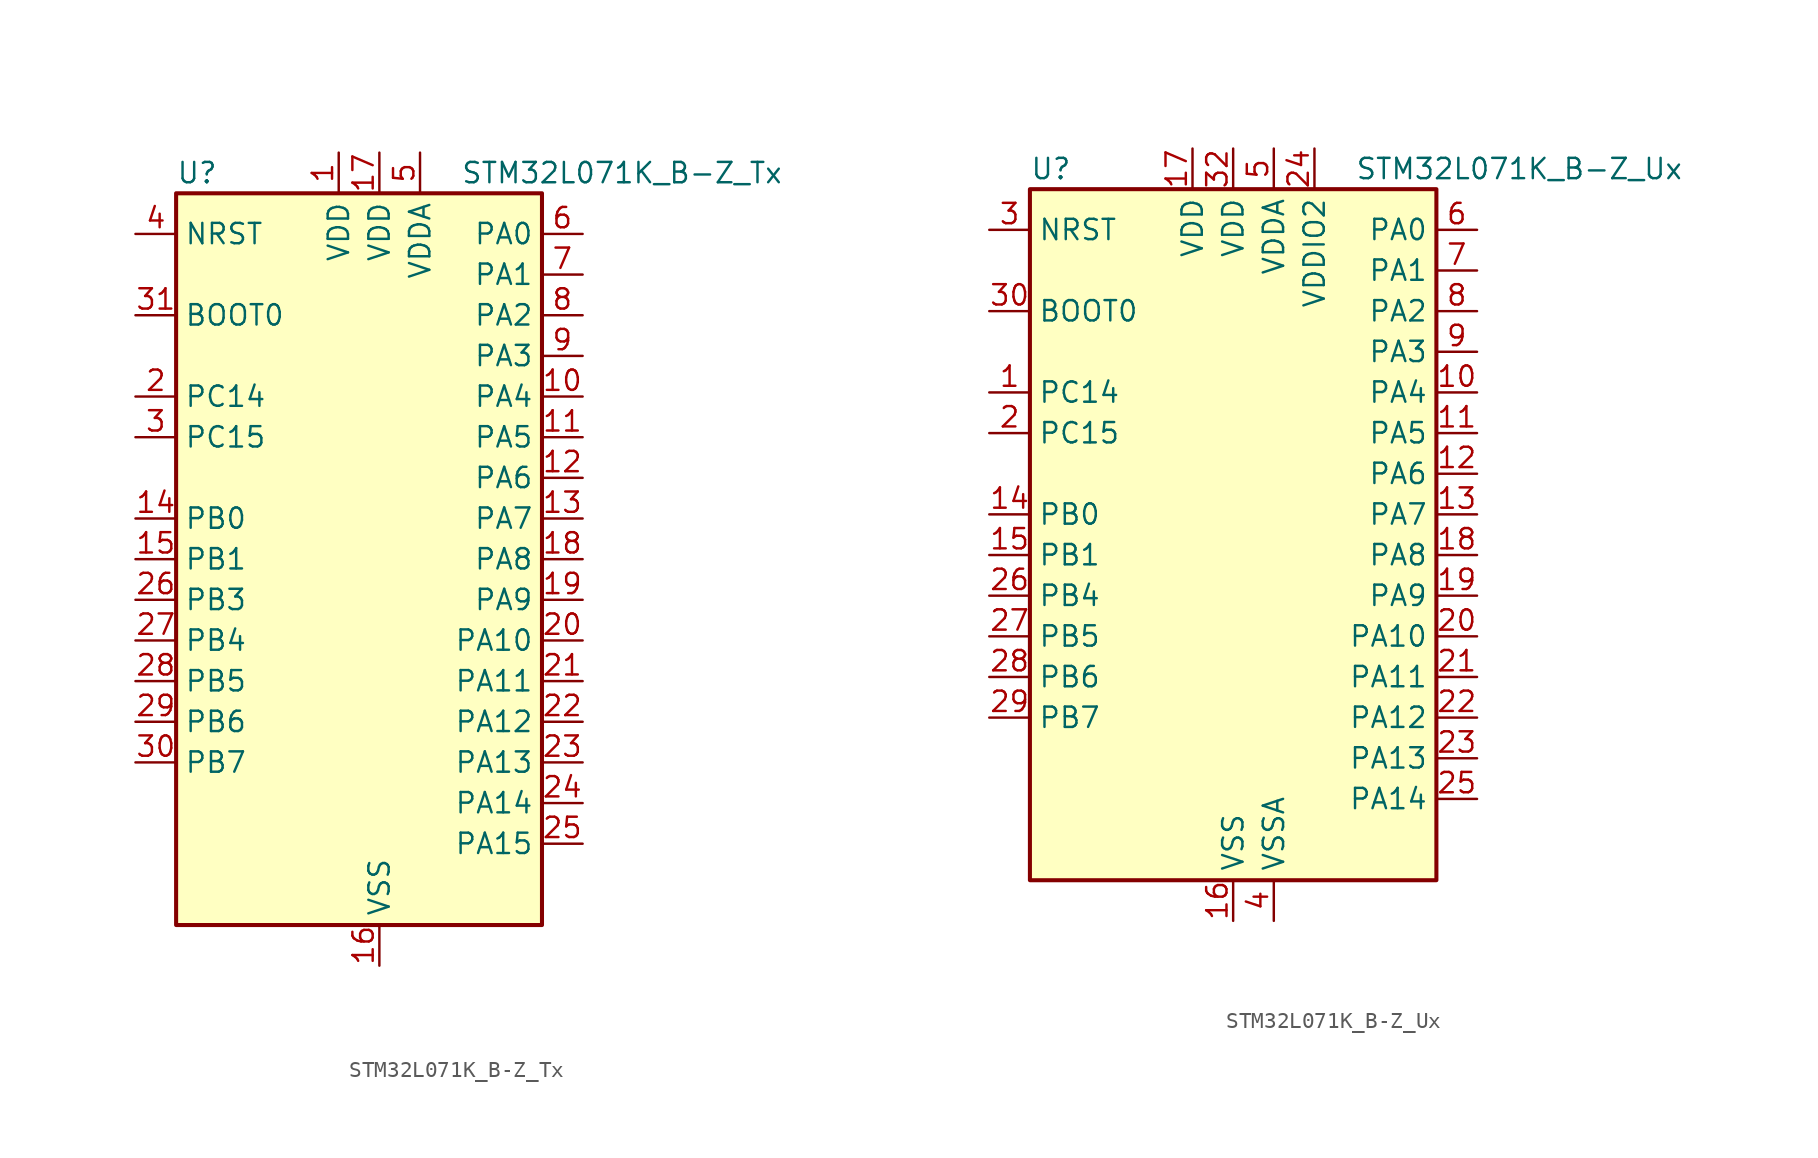
<source format=kicad_sym>
(kicad_symbol_lib
  (version 20220914)
  (generator kicad_symbol_editor)
  (symbol "STM32L071K_B-Z_Tx"
    (property "Reference" "U"
      (at -10.16 24.13 0)
      (effects (font (size 1.27 1.27)) (justify left)))
    (property "Value" "STM32L071K_B-Z_Tx"
      (at 7.62 24.13 0)
      (effects (font (size 1.27 1.27)) (justify left)))
    (property "ki_locked" ""
      (at 0 0 0)
      (effects (font (size 1.27 1.27))))
    (symbol "STM32L071K_B-Z_Tx_0_1"
      (rectangle (start -10.16 -22.86) (end 12.7 22.86) (stroke (width 0.254) (type default)) (fill (type background))))
    (symbol "STM32L071K_B-Z_Tx_1_1"
      (pin power_in line (at 0 25.4 270) (length 2.54) (name "VDD" (effects (font (size 1.27 1.27)))) (number "1" (effects (font (size 1.27 1.27)))))
      (pin bidirectional line (at 15.24 10.16 180) (length 2.54) (name "PA4" (effects (font (size 1.27 1.27)))) (number "10" (effects (font (size 1.27 1.27)))) (alternate "ADC_IN4" bidirectional line) (alternate "COMP1_INM" bidirectional line) (alternate "COMP2_INM" bidirectional line) (alternate "SPI1_NSS" bidirectional line) (alternate "TIM22_ETR" bidirectional line) (alternate "USART2_CK" bidirectional line))
      (pin bidirectional line (at 15.24 7.62 180) (length 2.54) (name "PA5" (effects (font (size 1.27 1.27)))) (number "11" (effects (font (size 1.27 1.27)))) (alternate "ADC_IN5" bidirectional line) (alternate "COMP1_INM" bidirectional line) (alternate "COMP2_INM" bidirectional line) (alternate "SPI1_SCK" bidirectional line) (alternate "TIM2_CH1" bidirectional line) (alternate "TIM2_ETR" bidirectional line))
      (pin bidirectional line (at 15.24 5.08 180) (length 2.54) (name "PA6" (effects (font (size 1.27 1.27)))) (number "12" (effects (font (size 1.27 1.27)))) (alternate "ADC_IN6" bidirectional line) (alternate "COMP1_OUT" bidirectional line) (alternate "LPUART1_CTS" bidirectional line) (alternate "SPI1_MISO" bidirectional line) (alternate "TIM22_CH1" bidirectional line) (alternate "TIM3_CH1" bidirectional line))
      (pin bidirectional line (at 15.24 2.54 180) (length 2.54) (name "PA7" (effects (font (size 1.27 1.27)))) (number "13" (effects (font (size 1.27 1.27)))) (alternate "ADC_IN7" bidirectional line) (alternate "COMP2_OUT" bidirectional line) (alternate "SPI1_MOSI" bidirectional line) (alternate "TIM22_CH2" bidirectional line) (alternate "TIM3_CH2" bidirectional line))
      (pin bidirectional line (at -12.7 2.54 0) (length 2.54) (name "PB0" (effects (font (size 1.27 1.27)))) (number "14" (effects (font (size 1.27 1.27)))) (alternate "ADC_IN8" bidirectional line) (alternate "SYS_VREF_OUT_PB0" bidirectional line) (alternate "TIM3_CH3" bidirectional line))
      (pin bidirectional line (at -12.7 0 0) (length 2.54) (name "PB1" (effects (font (size 1.27 1.27)))) (number "15" (effects (font (size 1.27 1.27)))) (alternate "ADC_IN9" bidirectional line) (alternate "LPUART1_DE" bidirectional line) (alternate "LPUART1_RTS" bidirectional line) (alternate "SYS_VREF_OUT_PB1" bidirectional line) (alternate "TIM3_CH4" bidirectional line))
      (pin power_in line (at 2.54 -25.4 90) (length 2.54) (name "VSS" (effects (font (size 1.27 1.27)))) (number "16" (effects (font (size 1.27 1.27)))))
      (pin power_in line (at 2.54 25.4 270) (length 2.54) (name "VDD" (effects (font (size 1.27 1.27)))) (number "17" (effects (font (size 1.27 1.27)))))
      (pin bidirectional line (at 15.24 0 180) (length 2.54) (name "PA8" (effects (font (size 1.27 1.27)))) (number "18" (effects (font (size 1.27 1.27)))) (alternate "I2C3_SCL" bidirectional line) (alternate "RCC_MCO" bidirectional line) (alternate "USART1_CK" bidirectional line))
      (pin bidirectional line (at 15.24 -2.54 180) (length 2.54) (name "PA9" (effects (font (size 1.27 1.27)))) (number "19" (effects (font (size 1.27 1.27)))) (alternate "I2C1_SCL" bidirectional line) (alternate "I2C3_SMBA" bidirectional line) (alternate "RCC_MCO" bidirectional line) (alternate "USART1_TX" bidirectional line))
      (pin bidirectional line (at -12.7 10.16 0) (length 2.54) (name "PC14" (effects (font (size 1.27 1.27)))) (number "2" (effects (font (size 1.27 1.27)))) (alternate "RCC_OSC32_IN" bidirectional line))
      (pin bidirectional line (at 15.24 -5.08 180) (length 2.54) (name "PA10" (effects (font (size 1.27 1.27)))) (number "20" (effects (font (size 1.27 1.27)))) (alternate "I2C1_SDA" bidirectional line) (alternate "USART1_RX" bidirectional line))
      (pin bidirectional line (at 15.24 -7.62 180) (length 2.54) (name "PA11" (effects (font (size 1.27 1.27)))) (number "21" (effects (font (size 1.27 1.27)))) (alternate "ADC_EXTI11" bidirectional line) (alternate "COMP1_OUT" bidirectional line) (alternate "SPI1_MISO" bidirectional line) (alternate "USART1_CTS" bidirectional line))
      (pin bidirectional line (at 15.24 -10.16 180) (length 2.54) (name "PA12" (effects (font (size 1.27 1.27)))) (number "22" (effects (font (size 1.27 1.27)))) (alternate "COMP2_OUT" bidirectional line) (alternate "SPI1_MOSI" bidirectional line) (alternate "USART1_DE" bidirectional line) (alternate "USART1_RTS" bidirectional line))
      (pin bidirectional line (at 15.24 -12.7 180) (length 2.54) (name "PA13" (effects (font (size 1.27 1.27)))) (number "23" (effects (font (size 1.27 1.27)))) (alternate "LPUART1_RX" bidirectional line) (alternate "SYS_SWDIO" bidirectional line))
      (pin bidirectional line (at 15.24 -15.24 180) (length 2.54) (name "PA14" (effects (font (size 1.27 1.27)))) (number "24" (effects (font (size 1.27 1.27)))) (alternate "LPUART1_TX" bidirectional line) (alternate "SYS_SWCLK" bidirectional line) (alternate "USART2_TX" bidirectional line))
      (pin bidirectional line (at 15.24 -17.78 180) (length 2.54) (name "PA15" (effects (font (size 1.27 1.27)))) (number "25" (effects (font (size 1.27 1.27)))) (alternate "SPI1_NSS" bidirectional line) (alternate "TIM2_CH1" bidirectional line) (alternate "TIM2_ETR" bidirectional line) (alternate "USART2_RX" bidirectional line) (alternate "USART4_DE" bidirectional line) (alternate "USART4_RTS" bidirectional line))
      (pin bidirectional line (at -12.7 -2.54 0) (length 2.54) (name "PB3" (effects (font (size 1.27 1.27)))) (number "26" (effects (font (size 1.27 1.27)))) (alternate "COMP2_INM" bidirectional line) (alternate "SPI1_SCK" bidirectional line) (alternate "TIM2_CH2" bidirectional line) (alternate "USART1_DE" bidirectional line) (alternate "USART1_RTS" bidirectional line) (alternate "USART5_TX" bidirectional line))
      (pin bidirectional line (at -12.7 -5.08 0) (length 2.54) (name "PB4" (effects (font (size 1.27 1.27)))) (number "27" (effects (font (size 1.27 1.27)))) (alternate "COMP2_INP" bidirectional line) (alternate "I2C3_SDA" bidirectional line) (alternate "SPI1_MISO" bidirectional line) (alternate "TIM22_CH1" bidirectional line) (alternate "TIM3_CH1" bidirectional line) (alternate "USART1_CTS" bidirectional line) (alternate "USART5_RX" bidirectional line))
      (pin bidirectional line (at -12.7 -7.62 0) (length 2.54) (name "PB5" (effects (font (size 1.27 1.27)))) (number "28" (effects (font (size 1.27 1.27)))) (alternate "COMP2_INP" bidirectional line) (alternate "I2C1_SMBA" bidirectional line) (alternate "LPTIM1_IN1" bidirectional line) (alternate "SPI1_MOSI" bidirectional line) (alternate "TIM22_CH2" bidirectional line) (alternate "TIM3_CH2" bidirectional line) (alternate "USART1_CK" bidirectional line) (alternate "USART5_CK" bidirectional line) (alternate "USART5_DE" bidirectional line) (alternate "USART5_RTS" bidirectional line))
      (pin bidirectional line (at -12.7 -10.16 0) (length 2.54) (name "PB6" (effects (font (size 1.27 1.27)))) (number "29" (effects (font (size 1.27 1.27)))) (alternate "COMP2_INP" bidirectional line) (alternate "I2C1_SCL" bidirectional line) (alternate "LPTIM1_ETR" bidirectional line) (alternate "USART1_TX" bidirectional line))
      (pin bidirectional line (at -12.7 7.62 0) (length 2.54) (name "PC15" (effects (font (size 1.27 1.27)))) (number "3" (effects (font (size 1.27 1.27)))) (alternate "RCC_OSC32_OUT" bidirectional line))
      (pin bidirectional line (at -12.7 -12.7 0) (length 2.54) (name "PB7" (effects (font (size 1.27 1.27)))) (number "30" (effects (font (size 1.27 1.27)))) (alternate "COMP2_INP" bidirectional line) (alternate "I2C1_SDA" bidirectional line) (alternate "LPTIM1_IN2" bidirectional line) (alternate "SYS_PVD_IN" bidirectional line) (alternate "USART1_RX" bidirectional line) (alternate "USART4_CTS" bidirectional line))
      (pin input line (at -12.7 15.24 0) (length 2.54) (name "BOOT0" (effects (font (size 1.27 1.27)))) (number "31" (effects (font (size 1.27 1.27)))))
      (pin passive line (at 2.54 -25.4 90) (length 2.54) hide (name "VSS" (effects (font (size 1.27 1.27)))) (number "32" (effects (font (size 1.27 1.27)))))
      (pin input line (at -12.7 20.32 0) (length 2.54) (name "NRST" (effects (font (size 1.27 1.27)))) (number "4" (effects (font (size 1.27 1.27)))))
      (pin power_in line (at 5.08 25.4 270) (length 2.54) (name "VDDA" (effects (font (size 1.27 1.27)))) (number "5" (effects (font (size 1.27 1.27)))))
      (pin bidirectional line (at 15.24 20.32 180) (length 2.54) (name "PA0" (effects (font (size 1.27 1.27)))) (number "6" (effects (font (size 1.27 1.27)))) (alternate "ADC_IN0" bidirectional line) (alternate "COMP1_INM" bidirectional line) (alternate "COMP1_OUT" bidirectional line) (alternate "RTC_TAMP2" bidirectional line) (alternate "SYS_WKUP1" bidirectional line) (alternate "TIM2_CH1" bidirectional line) (alternate "TIM2_ETR" bidirectional line) (alternate "USART2_CTS" bidirectional line) (alternate "USART4_TX" bidirectional line))
      (pin bidirectional line (at 15.24 17.78 180) (length 2.54) (name "PA1" (effects (font (size 1.27 1.27)))) (number "7" (effects (font (size 1.27 1.27)))) (alternate "ADC_IN1" bidirectional line) (alternate "COMP1_INP" bidirectional line) (alternate "TIM21_ETR" bidirectional line) (alternate "TIM2_CH2" bidirectional line) (alternate "USART2_DE" bidirectional line) (alternate "USART2_RTS" bidirectional line) (alternate "USART4_RX" bidirectional line))
      (pin bidirectional line (at 15.24 15.24 180) (length 2.54) (name "PA2" (effects (font (size 1.27 1.27)))) (number "8" (effects (font (size 1.27 1.27)))) (alternate "ADC_IN2" bidirectional line) (alternate "COMP2_INM" bidirectional line) (alternate "COMP2_OUT" bidirectional line) (alternate "LPUART1_TX" bidirectional line) (alternate "TIM21_CH1" bidirectional line) (alternate "TIM2_CH3" bidirectional line) (alternate "USART2_TX" bidirectional line))
      (pin bidirectional line (at 15.24 12.7 180) (length 2.54) (name "PA3" (effects (font (size 1.27 1.27)))) (number "9" (effects (font (size 1.27 1.27)))) (alternate "ADC_IN3" bidirectional line) (alternate "COMP2_INP" bidirectional line) (alternate "LPUART1_RX" bidirectional line) (alternate "TIM21_CH2" bidirectional line) (alternate "TIM2_CH4" bidirectional line) (alternate "USART2_RX" bidirectional line))))
  (symbol "STM32L071K_B-Z_Ux"
    (property "Reference" "U"
      (at -12.7 24.13 0)
      (effects (font (size 1.27 1.27)) (justify left)))
    (property "Value" "STM32L071K_B-Z_Ux"
      (at 7.62 24.13 0)
      (effects (font (size 1.27 1.27)) (justify left)))
    (property "ki_locked" ""
      (at 0 0 0)
      (effects (font (size 1.27 1.27))))
    (symbol "STM32L071K_B-Z_Ux_0_1"
      (rectangle (start -12.7 -20.32) (end 12.7 22.86) (stroke (width 0.254) (type default)) (fill (type background))))
    (symbol "STM32L071K_B-Z_Ux_1_1"
      (pin bidirectional line (at -15.24 10.16 0) (length 2.54) (name "PC14" (effects (font (size 1.27 1.27)))) (number "1" (effects (font (size 1.27 1.27)))) (alternate "RCC_OSC32_IN" bidirectional line))
      (pin bidirectional line (at 15.24 10.16 180) (length 2.54) (name "PA4" (effects (font (size 1.27 1.27)))) (number "10" (effects (font (size 1.27 1.27)))) (alternate "ADC_IN4" bidirectional line) (alternate "COMP1_INM" bidirectional line) (alternate "COMP2_INM" bidirectional line) (alternate "SPI1_NSS" bidirectional line) (alternate "TIM22_ETR" bidirectional line) (alternate "USART2_CK" bidirectional line))
      (pin bidirectional line (at 15.24 7.62 180) (length 2.54) (name "PA5" (effects (font (size 1.27 1.27)))) (number "11" (effects (font (size 1.27 1.27)))) (alternate "ADC_IN5" bidirectional line) (alternate "COMP1_INM" bidirectional line) (alternate "COMP2_INM" bidirectional line) (alternate "SPI1_SCK" bidirectional line) (alternate "TIM2_CH1" bidirectional line) (alternate "TIM2_ETR" bidirectional line))
      (pin bidirectional line (at 15.24 5.08 180) (length 2.54) (name "PA6" (effects (font (size 1.27 1.27)))) (number "12" (effects (font (size 1.27 1.27)))) (alternate "ADC_IN6" bidirectional line) (alternate "COMP1_OUT" bidirectional line) (alternate "LPUART1_CTS" bidirectional line) (alternate "SPI1_MISO" bidirectional line) (alternate "TIM22_CH1" bidirectional line) (alternate "TIM3_CH1" bidirectional line))
      (pin bidirectional line (at 15.24 2.54 180) (length 2.54) (name "PA7" (effects (font (size 1.27 1.27)))) (number "13" (effects (font (size 1.27 1.27)))) (alternate "ADC_IN7" bidirectional line) (alternate "COMP2_OUT" bidirectional line) (alternate "SPI1_MOSI" bidirectional line) (alternate "TIM22_CH2" bidirectional line) (alternate "TIM3_CH2" bidirectional line))
      (pin bidirectional line (at -15.24 2.54 0) (length 2.54) (name "PB0" (effects (font (size 1.27 1.27)))) (number "14" (effects (font (size 1.27 1.27)))) (alternate "ADC_IN8" bidirectional line) (alternate "SYS_VREF_OUT_PB0" bidirectional line) (alternate "TIM3_CH3" bidirectional line))
      (pin bidirectional line (at -15.24 0 0) (length 2.54) (name "PB1" (effects (font (size 1.27 1.27)))) (number "15" (effects (font (size 1.27 1.27)))) (alternate "ADC_IN9" bidirectional line) (alternate "LPUART1_DE" bidirectional line) (alternate "LPUART1_RTS" bidirectional line) (alternate "SYS_VREF_OUT_PB1" bidirectional line) (alternate "TIM3_CH4" bidirectional line))
      (pin power_in line (at 0 -22.86 90) (length 2.54) (name "VSS" (effects (font (size 1.27 1.27)))) (number "16" (effects (font (size 1.27 1.27)))))
      (pin power_in line (at -2.54 25.4 270) (length 2.54) (name "VDD" (effects (font (size 1.27 1.27)))) (number "17" (effects (font (size 1.27 1.27)))))
      (pin bidirectional line (at 15.24 0 180) (length 2.54) (name "PA8" (effects (font (size 1.27 1.27)))) (number "18" (effects (font (size 1.27 1.27)))) (alternate "I2C3_SCL" bidirectional line) (alternate "RCC_MCO" bidirectional line) (alternate "USART1_CK" bidirectional line))
      (pin bidirectional line (at 15.24 -2.54 180) (length 2.54) (name "PA9" (effects (font (size 1.27 1.27)))) (number "19" (effects (font (size 1.27 1.27)))) (alternate "I2C1_SCL" bidirectional line) (alternate "I2C3_SMBA" bidirectional line) (alternate "RCC_MCO" bidirectional line) (alternate "USART1_TX" bidirectional line))
      (pin bidirectional line (at -15.24 7.62 0) (length 2.54) (name "PC15" (effects (font (size 1.27 1.27)))) (number "2" (effects (font (size 1.27 1.27)))) (alternate "RCC_OSC32_OUT" bidirectional line))
      (pin bidirectional line (at 15.24 -5.08 180) (length 2.54) (name "PA10" (effects (font (size 1.27 1.27)))) (number "20" (effects (font (size 1.27 1.27)))) (alternate "I2C1_SDA" bidirectional line) (alternate "USART1_RX" bidirectional line))
      (pin bidirectional line (at 15.24 -7.62 180) (length 2.54) (name "PA11" (effects (font (size 1.27 1.27)))) (number "21" (effects (font (size 1.27 1.27)))) (alternate "ADC_EXTI11" bidirectional line) (alternate "COMP1_OUT" bidirectional line) (alternate "SPI1_MISO" bidirectional line) (alternate "USART1_CTS" bidirectional line))
      (pin bidirectional line (at 15.24 -10.16 180) (length 2.54) (name "PA12" (effects (font (size 1.27 1.27)))) (number "22" (effects (font (size 1.27 1.27)))) (alternate "COMP2_OUT" bidirectional line) (alternate "SPI1_MOSI" bidirectional line) (alternate "USART1_DE" bidirectional line) (alternate "USART1_RTS" bidirectional line))
      (pin bidirectional line (at 15.24 -12.7 180) (length 2.54) (name "PA13" (effects (font (size 1.27 1.27)))) (number "23" (effects (font (size 1.27 1.27)))) (alternate "LPUART1_RX" bidirectional line) (alternate "SYS_SWDIO" bidirectional line))
      (pin power_in line (at 5.08 25.4 270) (length 2.54) (name "VDDIO2" (effects (font (size 1.27 1.27)))) (number "24" (effects (font (size 1.27 1.27)))))
      (pin bidirectional line (at 15.24 -15.24 180) (length 2.54) (name "PA14" (effects (font (size 1.27 1.27)))) (number "25" (effects (font (size 1.27 1.27)))) (alternate "LPUART1_TX" bidirectional line) (alternate "SYS_SWCLK" bidirectional line) (alternate "USART2_TX" bidirectional line))
      (pin bidirectional line (at -15.24 -2.54 0) (length 2.54) (name "PB4" (effects (font (size 1.27 1.27)))) (number "26" (effects (font (size 1.27 1.27)))) (alternate "COMP2_INP" bidirectional line) (alternate "I2C3_SDA" bidirectional line) (alternate "SPI1_MISO" bidirectional line) (alternate "TIM22_CH1" bidirectional line) (alternate "TIM3_CH1" bidirectional line) (alternate "USART1_CTS" bidirectional line))
      (pin bidirectional line (at -15.24 -5.08 0) (length 2.54) (name "PB5" (effects (font (size 1.27 1.27)))) (number "27" (effects (font (size 1.27 1.27)))) (alternate "COMP2_INP" bidirectional line) (alternate "I2C1_SMBA" bidirectional line) (alternate "LPTIM1_IN1" bidirectional line) (alternate "SPI1_MOSI" bidirectional line) (alternate "TIM22_CH2" bidirectional line) (alternate "TIM3_CH2" bidirectional line) (alternate "USART1_CK" bidirectional line))
      (pin bidirectional line (at -15.24 -7.62 0) (length 2.54) (name "PB6" (effects (font (size 1.27 1.27)))) (number "28" (effects (font (size 1.27 1.27)))) (alternate "COMP2_INP" bidirectional line) (alternate "I2C1_SCL" bidirectional line) (alternate "LPTIM1_ETR" bidirectional line) (alternate "USART1_TX" bidirectional line))
      (pin bidirectional line (at -15.24 -10.16 0) (length 2.54) (name "PB7" (effects (font (size 1.27 1.27)))) (number "29" (effects (font (size 1.27 1.27)))) (alternate "COMP2_INP" bidirectional line) (alternate "I2C1_SDA" bidirectional line) (alternate "LPTIM1_IN2" bidirectional line) (alternate "SYS_PVD_IN" bidirectional line) (alternate "USART1_RX" bidirectional line) (alternate "USART4_CTS" bidirectional line))
      (pin input line (at -15.24 20.32 0) (length 2.54) (name "NRST" (effects (font (size 1.27 1.27)))) (number "3" (effects (font (size 1.27 1.27)))))
      (pin input line (at -15.24 15.24 0) (length 2.54) (name "BOOT0" (effects (font (size 1.27 1.27)))) (number "30" (effects (font (size 1.27 1.27)))))
      (pin passive line (at 0 -22.86 90) (length 2.54) hide (name "VSS" (effects (font (size 1.27 1.27)))) (number "31" (effects (font (size 1.27 1.27)))))
      (pin power_in line (at 0 25.4 270) (length 2.54) (name "VDD" (effects (font (size 1.27 1.27)))) (number "32" (effects (font (size 1.27 1.27)))))
      (pin passive line (at 0 -22.86 90) (length 2.54) hide (name "VSS" (effects (font (size 1.27 1.27)))) (number "33" (effects (font (size 1.27 1.27)))))
      (pin power_in line (at 2.54 -22.86 90) (length 2.54) (name "VSSA" (effects (font (size 1.27 1.27)))) (number "4" (effects (font (size 1.27 1.27)))))
      (pin power_in line (at 2.54 25.4 270) (length 2.54) (name "VDDA" (effects (font (size 1.27 1.27)))) (number "5" (effects (font (size 1.27 1.27)))))
      (pin bidirectional line (at 15.24 20.32 180) (length 2.54) (name "PA0" (effects (font (size 1.27 1.27)))) (number "6" (effects (font (size 1.27 1.27)))) (alternate "ADC_IN0" bidirectional line) (alternate "COMP1_INM" bidirectional line) (alternate "COMP1_OUT" bidirectional line) (alternate "RTC_TAMP2" bidirectional line) (alternate "SYS_WKUP1" bidirectional line) (alternate "TIM2_CH1" bidirectional line) (alternate "TIM2_ETR" bidirectional line) (alternate "USART2_CTS" bidirectional line) (alternate "USART4_TX" bidirectional line))
      (pin bidirectional line (at 15.24 17.78 180) (length 2.54) (name "PA1" (effects (font (size 1.27 1.27)))) (number "7" (effects (font (size 1.27 1.27)))) (alternate "ADC_IN1" bidirectional line) (alternate "COMP1_INP" bidirectional line) (alternate "TIM21_ETR" bidirectional line) (alternate "TIM2_CH2" bidirectional line) (alternate "USART2_DE" bidirectional line) (alternate "USART2_RTS" bidirectional line) (alternate "USART4_RX" bidirectional line))
      (pin bidirectional line (at 15.24 15.24 180) (length 2.54) (name "PA2" (effects (font (size 1.27 1.27)))) (number "8" (effects (font (size 1.27 1.27)))) (alternate "ADC_IN2" bidirectional line) (alternate "COMP2_INM" bidirectional line) (alternate "COMP2_OUT" bidirectional line) (alternate "LPUART1_TX" bidirectional line) (alternate "TIM21_CH1" bidirectional line) (alternate "TIM2_CH3" bidirectional line) (alternate "USART2_TX" bidirectional line))
      (pin bidirectional line (at 15.24 12.7 180) (length 2.54) (name "PA3" (effects (font (size 1.27 1.27)))) (number "9" (effects (font (size 1.27 1.27)))) (alternate "ADC_IN3" bidirectional line) (alternate "COMP2_INP" bidirectional line) (alternate "LPUART1_RX" bidirectional line) (alternate "TIM21_CH2" bidirectional line) (alternate "TIM2_CH4" bidirectional line) (alternate "USART2_RX" bidirectional line)))))
</source>
